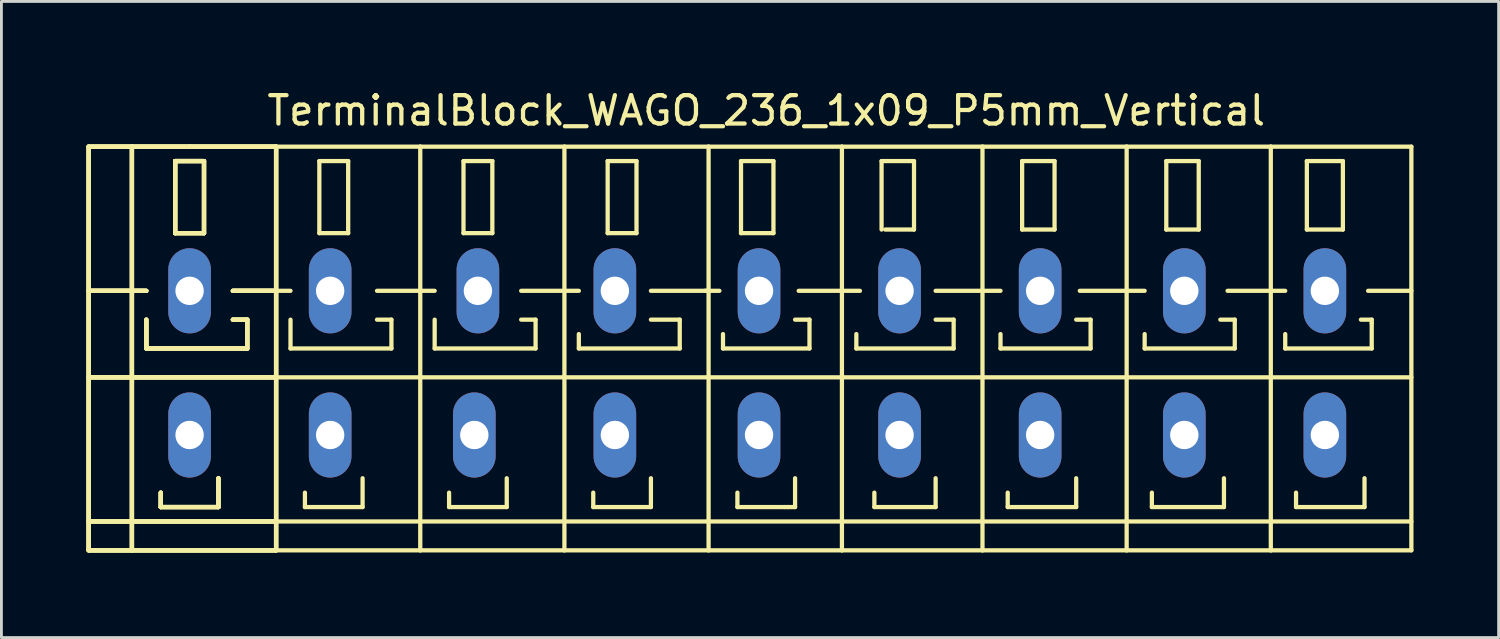
<source format=kicad_pcb>
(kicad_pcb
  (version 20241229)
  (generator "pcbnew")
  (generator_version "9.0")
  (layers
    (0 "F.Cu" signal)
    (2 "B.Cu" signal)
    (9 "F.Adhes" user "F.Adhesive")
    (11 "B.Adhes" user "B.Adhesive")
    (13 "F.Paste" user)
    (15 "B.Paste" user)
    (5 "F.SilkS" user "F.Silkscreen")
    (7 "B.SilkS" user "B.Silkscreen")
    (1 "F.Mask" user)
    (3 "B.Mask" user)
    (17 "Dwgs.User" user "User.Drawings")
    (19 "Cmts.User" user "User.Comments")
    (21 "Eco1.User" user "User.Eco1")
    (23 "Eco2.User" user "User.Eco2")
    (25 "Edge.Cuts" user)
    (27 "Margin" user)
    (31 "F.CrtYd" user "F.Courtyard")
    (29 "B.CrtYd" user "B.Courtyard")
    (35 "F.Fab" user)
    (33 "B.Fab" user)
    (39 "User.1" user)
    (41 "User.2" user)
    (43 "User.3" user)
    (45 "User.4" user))
  (footprint "TerminalBlock_WAGO_236_1x09_P5mm_Vertical"
    (layer "F.Cu")
    (at 23.951 9.738)
    (property "Reference" "TerminalBlock_WAGO_236_1x09_P5mm_Vertical" (at 0 -8.89 0) (layer "F.SilkS") (effects (font (size 1 1) (thickness 0.15))))
    (attr through_hole)
    (fp_line (start -23.876 -7.62) (end -22.352 -7.62) (stroke (width 0.15) (type solid)) (layer "F.SilkS"))
    (fp_line (start -23.876 -7.62) (end -22.352 -7.62) (stroke (width 0.15) (type solid)) (layer "F.SilkS"))
    (fp_line (start -23.876 -7.62) (end -22.352 -7.62) (stroke (width 0.15) (type solid)) (layer "F.SilkS"))
    (fp_line (start -23.876 -7.62) (end -22.352 -7.62) (stroke (width 0.15) (type solid)) (layer "F.SilkS"))
    (fp_line (start -23.876 -2.54) (end -21.844 -2.54) (stroke (width 0.15) (type solid)) (layer "F.SilkS"))
    (fp_line (start -23.876 -2.54) (end -21.844 -2.54) (stroke (width 0.15) (type solid)) (layer "F.SilkS"))
    (fp_line (start -23.876 -2.54) (end -21.844 -2.54) (stroke (width 0.15) (type solid)) (layer "F.SilkS"))
    (fp_line (start -23.876 -2.54) (end -21.844 -2.54) (stroke (width 0.15) (type solid)) (layer "F.SilkS"))
    (fp_line (start -23.876 0.508) (end -17.272 0.508) (stroke (width 0.15) (type solid)) (layer "F.SilkS"))
    (fp_line (start -23.876 0.508) (end -17.272 0.508) (stroke (width 0.15) (type solid)) (layer "F.SilkS"))
    (fp_line (start -23.876 0.508) (end -17.272 0.508) (stroke (width 0.15) (type solid)) (layer "F.SilkS"))
    (fp_line (start -23.876 0.508) (end -17.272 0.508) (stroke (width 0.15) (type solid)) (layer "F.SilkS"))
    (fp_line (start -23.876 5.588) (end -17.272 5.588) (stroke (width 0.15) (type solid)) (layer "F.SilkS"))
    (fp_line (start -23.876 5.588) (end -17.272 5.588) (stroke (width 0.15) (type solid)) (layer "F.SilkS"))
    (fp_line (start -23.876 5.588) (end -17.272 5.588) (stroke (width 0.15) (type solid)) (layer "F.SilkS"))
    (fp_line (start -23.876 5.588) (end -17.272 5.588) (stroke (width 0.15) (type solid)) (layer "F.SilkS"))
    (fp_line (start -23.876 6.604) (end -23.876 -7.62) (stroke (width 0.15) (type solid)) (layer "F.SilkS"))
    (fp_line (start -23.876 6.604) (end -23.876 -7.62) (stroke (width 0.15) (type solid)) (layer "F.SilkS"))
    (fp_line (start -23.876 6.604) (end -23.876 -7.62) (stroke (width 0.15) (type solid)) (layer "F.SilkS"))
    (fp_line (start -23.876 6.604) (end -23.876 -7.62) (stroke (width 0.15) (type solid)) (layer "F.SilkS"))
    (fp_line (start -22.352 -7.62) (end -20.32 -7.62) (stroke (width 0.15) (type solid)) (layer "F.SilkS"))
    (fp_line (start -22.352 -7.62) (end -20.32 -7.62) (stroke (width 0.15) (type solid)) (layer "F.SilkS"))
    (fp_line (start -22.352 -7.62) (end -20.32 -7.62) (stroke (width 0.15) (type solid)) (layer "F.SilkS"))
    (fp_line (start -22.352 -7.62) (end -20.32 -7.62) (stroke (width 0.15) (type solid)) (layer "F.SilkS"))
    (fp_line (start -22.352 6.604) (end -23.876 6.604) (stroke (width 0.15) (type solid)) (layer "F.SilkS"))
    (fp_line (start -22.352 6.604) (end -23.876 6.604) (stroke (width 0.15) (type solid)) (layer "F.SilkS"))
    (fp_line (start -22.352 6.604) (end -23.876 6.604) (stroke (width 0.15) (type solid)) (layer "F.SilkS"))
    (fp_line (start -22.352 6.604) (end -23.876 6.604) (stroke (width 0.15) (type solid)) (layer "F.SilkS"))
    (fp_line (start -22.352 6.604) (end -22.352 -7.62) (stroke (width 0.15) (type solid)) (layer "F.SilkS"))
    (fp_line (start -22.352 6.604) (end -22.352 -7.62) (stroke (width 0.15) (type solid)) (layer "F.SilkS"))
    (fp_line (start -22.352 6.604) (end -22.352 -7.62) (stroke (width 0.15) (type solid)) (layer "F.SilkS"))
    (fp_line (start -22.352 6.604) (end -22.352 -7.62) (stroke (width 0.15) (type solid)) (layer "F.SilkS"))
    (fp_line (start -21.844 -1.524) (end -21.844 -0.508) (stroke (width 0.15) (type solid)) (layer "F.SilkS"))
    (fp_line (start -21.844 -1.524) (end -21.844 -0.508) (stroke (width 0.15) (type solid)) (layer "F.SilkS"))
    (fp_line (start -21.844 -1.524) (end -21.844 -0.508) (stroke (width 0.15) (type solid)) (layer "F.SilkS"))
    (fp_line (start -21.844 -1.524) (end -21.844 -0.508) (stroke (width 0.15) (type solid)) (layer "F.SilkS"))
    (fp_line (start -21.844 -0.508) (end -18.288 -0.508) (stroke (width 0.15) (type solid)) (layer "F.SilkS"))
    (fp_line (start -21.844 -0.508) (end -18.288 -0.508) (stroke (width 0.15) (type solid)) (layer "F.SilkS"))
    (fp_line (start -21.844 -0.508) (end -18.288 -0.508) (stroke (width 0.15) (type solid)) (layer "F.SilkS"))
    (fp_line (start -21.844 -0.508) (end -18.288 -0.508) (stroke (width 0.15) (type solid)) (layer "F.SilkS"))
    (fp_line (start -21.336 4.572) (end -21.336 5.08) (stroke (width 0.15) (type solid)) (layer "F.SilkS"))
    (fp_line (start -21.336 4.572) (end -21.336 5.08) (stroke (width 0.15) (type solid)) (layer "F.SilkS"))
    (fp_line (start -21.336 4.572) (end -21.336 5.08) (stroke (width 0.15) (type solid)) (layer "F.SilkS"))
    (fp_line (start -21.336 4.572) (end -21.336 5.08) (stroke (width 0.15) (type solid)) (layer "F.SilkS"))
    (fp_line (start -21.336 5.08) (end -19.304 5.08) (stroke (width 0.15) (type solid)) (layer "F.SilkS"))
    (fp_line (start -21.336 5.08) (end -19.304 5.08) (stroke (width 0.15) (type solid)) (layer "F.SilkS"))
    (fp_line (start -21.336 5.08) (end -19.304 5.08) (stroke (width 0.15) (type solid)) (layer "F.SilkS"))
    (fp_line (start -21.336 5.08) (end -19.304 5.08) (stroke (width 0.15) (type solid)) (layer "F.SilkS"))
    (fp_line (start -20.828 -7.112) (end -19.812 -7.112) (stroke (width 0.15) (type solid)) (layer "F.SilkS"))
    (fp_line (start -20.828 -7.112) (end -19.812 -7.112) (stroke (width 0.15) (type solid)) (layer "F.SilkS"))
    (fp_line (start -20.828 -7.112) (end -19.812 -7.112) (stroke (width 0.15) (type solid)) (layer "F.SilkS"))
    (fp_line (start -20.828 -7.112) (end -19.812 -7.112) (stroke (width 0.15) (type solid)) (layer "F.SilkS"))
    (fp_line (start -20.828 -4.572) (end -20.828 -7.112) (stroke (width 0.15) (type solid)) (layer "F.SilkS"))
    (fp_line (start -20.828 -4.572) (end -20.828 -7.112) (stroke (width 0.15) (type solid)) (layer "F.SilkS"))
    (fp_line (start -20.828 -4.572) (end -20.828 -7.112) (stroke (width 0.15) (type solid)) (layer "F.SilkS"))
    (fp_line (start -20.828 -4.572) (end -20.828 -7.112) (stroke (width 0.15) (type solid)) (layer "F.SilkS"))
    (fp_line (start -20.32 -7.62) (end -17.272 -7.62) (stroke (width 0.15) (type solid)) (layer "F.SilkS"))
    (fp_line (start -20.32 -7.62) (end -17.272 -7.62) (stroke (width 0.15) (type solid)) (layer "F.SilkS"))
    (fp_line (start -20.32 -7.62) (end -17.272 -7.62) (stroke (width 0.15) (type solid)) (layer "F.SilkS"))
    (fp_line (start -20.32 -7.62) (end -17.272 -7.62) (stroke (width 0.15) (type solid)) (layer "F.SilkS"))
    (fp_line (start -19.812 -7.112) (end -19.812 -4.572) (stroke (width 0.15) (type solid)) (layer "F.SilkS"))
    (fp_line (start -19.812 -7.112) (end -19.812 -4.572) (stroke (width 0.15) (type solid)) (layer "F.SilkS"))
    (fp_line (start -19.812 -7.112) (end -19.812 -4.572) (stroke (width 0.15) (type solid)) (layer "F.SilkS"))
    (fp_line (start -19.812 -7.112) (end -19.812 -4.572) (stroke (width 0.15) (type solid)) (layer "F.SilkS"))
    (fp_line (start -19.812 -4.572) (end -20.828 -4.572) (stroke (width 0.15) (type solid)) (layer "F.SilkS"))
    (fp_line (start -19.812 -4.572) (end -20.828 -4.572) (stroke (width 0.15) (type solid)) (layer "F.SilkS"))
    (fp_line (start -19.812 -4.572) (end -20.828 -4.572) (stroke (width 0.15) (type solid)) (layer "F.SilkS"))
    (fp_line (start -19.812 -4.572) (end -20.828 -4.572) (stroke (width 0.15) (type solid)) (layer "F.SilkS"))
    (fp_line (start -19.304 5.08) (end -19.304 4.064) (stroke (width 0.15) (type solid)) (layer "F.SilkS"))
    (fp_line (start -19.304 5.08) (end -19.304 4.064) (stroke (width 0.15) (type solid)) (layer "F.SilkS"))
    (fp_line (start -19.304 5.08) (end -19.304 4.064) (stroke (width 0.15) (type solid)) (layer "F.SilkS"))
    (fp_line (start -19.304 5.08) (end -19.304 4.064) (stroke (width 0.15) (type solid)) (layer "F.SilkS"))
    (fp_line (start -18.796 -2.54) (end -17.272 -2.54) (stroke (width 0.15) (type solid)) (layer "F.SilkS"))
    (fp_line (start -18.796 -2.54) (end -17.272 -2.54) (stroke (width 0.15) (type solid)) (layer "F.SilkS"))
    (fp_line (start -18.796 -2.54) (end -17.272 -2.54) (stroke (width 0.15) (type solid)) (layer "F.SilkS"))
    (fp_line (start -18.796 -2.54) (end -17.272 -2.54) (stroke (width 0.15) (type solid)) (layer "F.SilkS"))
    (fp_line (start -18.288 -1.524) (end -18.796 -1.524) (stroke (width 0.15) (type solid)) (layer "F.SilkS"))
    (fp_line (start -18.288 -1.524) (end -18.796 -1.524) (stroke (width 0.15) (type solid)) (layer "F.SilkS"))
    (fp_line (start -18.288 -1.524) (end -18.796 -1.524) (stroke (width 0.15) (type solid)) (layer "F.SilkS"))
    (fp_line (start -18.288 -1.524) (end -18.796 -1.524) (stroke (width 0.15) (type solid)) (layer "F.SilkS"))
    (fp_line (start -18.288 -0.508) (end -18.288 -1.524) (stroke (width 0.15) (type solid)) (layer "F.SilkS"))
    (fp_line (start -18.288 -0.508) (end -18.288 -1.524) (stroke (width 0.15) (type solid)) (layer "F.SilkS"))
    (fp_line (start -18.288 -0.508) (end -18.288 -1.524) (stroke (width 0.15) (type solid)) (layer "F.SilkS"))
    (fp_line (start -18.288 -0.508) (end -18.288 -1.524) (stroke (width 0.15) (type solid)) (layer "F.SilkS"))
    (fp_line (start -17.272 -7.62) (end -17.272 6.604) (stroke (width 0.15) (type solid)) (layer "F.SilkS"))
    (fp_line (start -17.272 -7.62) (end -17.272 6.604) (stroke (width 0.15) (type solid)) (layer "F.SilkS"))
    (fp_line (start -17.272 -7.62) (end -17.272 6.604) (stroke (width 0.15) (type solid)) (layer "F.SilkS"))
    (fp_line (start -17.272 -7.62) (end -17.272 6.604) (stroke (width 0.15) (type solid)) (layer "F.SilkS"))
    (fp_line (start -17.272 -2.54) (end -16.764 -2.54) (stroke (width 0.15) (type solid)) (layer "F.SilkS"))
    (fp_line (start -17.272 0.508) (end -12.192 0.508) (stroke (width 0.15) (type solid)) (layer "F.SilkS"))
    (fp_line (start -17.272 5.588) (end -12.192 5.588) (stroke (width 0.15) (type solid)) (layer "F.SilkS"))
    (fp_line (start -17.272 6.604) (end -22.352 6.604) (stroke (width 0.15) (type solid)) (layer "F.SilkS"))
    (fp_line (start -17.272 6.604) (end -22.352 6.604) (stroke (width 0.15) (type solid)) (layer "F.SilkS"))
    (fp_line (start -17.272 6.604) (end -22.352 6.604) (stroke (width 0.15) (type solid)) (layer "F.SilkS"))
    (fp_line (start -17.272 6.604) (end -22.352 6.604) (stroke (width 0.15) (type solid)) (layer "F.SilkS"))
    (fp_line (start -17.272 6.604) (end -12.192 6.604) (stroke (width 0.15) (type solid)) (layer "F.SilkS"))
    (fp_line (start -16.764 -1.524) (end -16.764 -0.508) (stroke (width 0.15) (type solid)) (layer "F.SilkS"))
    (fp_line (start -16.764 -0.508) (end -13.208 -0.508) (stroke (width 0.15) (type solid)) (layer "F.SilkS"))
    (fp_line (start -16.256 4.572) (end -16.256 5.08) (stroke (width 0.15) (type solid)) (layer "F.SilkS"))
    (fp_line (start -16.256 5.08) (end -14.224 5.08) (stroke (width 0.15) (type solid)) (layer "F.SilkS"))
    (fp_line (start -15.748 -7.112) (end -15.748 -4.572) (stroke (width 0.15) (type solid)) (layer "F.SilkS"))
    (fp_line (start -15.748 -4.572) (end -14.732 -4.572) (stroke (width 0.15) (type solid)) (layer "F.SilkS"))
    (fp_line (start -14.732 -7.112) (end -15.748 -7.112) (stroke (width 0.15) (type solid)) (layer "F.SilkS"))
    (fp_line (start -14.732 -4.572) (end -14.732 -7.112) (stroke (width 0.15) (type solid)) (layer "F.SilkS"))
    (fp_line (start -14.224 5.08) (end -14.224 4.064) (stroke (width 0.15) (type solid)) (layer "F.SilkS"))
    (fp_line (start -13.716 -2.54) (end -12.192 -2.54) (stroke (width 0.15) (type solid)) (layer "F.SilkS"))
    (fp_line (start -13.208 -1.524) (end -13.716 -1.524) (stroke (width 0.15) (type solid)) (layer "F.SilkS"))
    (fp_line (start -13.208 -0.508) (end -13.208 -1.524) (stroke (width 0.15) (type solid)) (layer "F.SilkS"))
    (fp_line (start -12.192 -7.62) (end -17.272 -7.62) (stroke (width 0.15) (type solid)) (layer "F.SilkS"))
    (fp_line (start -12.192 -2.54) (end -11.684 -2.54) (stroke (width 0.15) (type solid)) (layer "F.SilkS"))
    (fp_line (start -12.192 0.508) (end -7.112 0.508) (stroke (width 0.15) (type solid)) (layer "F.SilkS"))
    (fp_line (start -12.192 5.588) (end -7.112 5.588) (stroke (width 0.15) (type solid)) (layer "F.SilkS"))
    (fp_line (start -12.192 6.604) (end -12.192 -7.62) (stroke (width 0.15) (type solid)) (layer "F.SilkS"))
    (fp_line (start -12.192 6.604) (end -7.112 6.604) (stroke (width 0.15) (type solid)) (layer "F.SilkS"))
    (fp_line (start -11.684 -1.524) (end -11.684 -0.508) (stroke (width 0.15) (type solid)) (layer "F.SilkS"))
    (fp_line (start -11.684 -0.508) (end -8.128 -0.508) (stroke (width 0.15) (type solid)) (layer "F.SilkS"))
    (fp_line (start -11.176 4.572) (end -11.176 5.08) (stroke (width 0.15) (type solid)) (layer "F.SilkS"))
    (fp_line (start -11.176 5.08) (end -9.144 5.08) (stroke (width 0.15) (type solid)) (layer "F.SilkS"))
    (fp_line (start -10.668 -7.112) (end -10.668 -4.572) (stroke (width 0.15) (type solid)) (layer "F.SilkS"))
    (fp_line (start -10.668 -4.572) (end -9.652 -4.572) (stroke (width 0.15) (type solid)) (layer "F.SilkS"))
    (fp_line (start -9.652 -7.112) (end -10.668 -7.112) (stroke (width 0.15) (type solid)) (layer "F.SilkS"))
    (fp_line (start -9.652 -4.572) (end -9.652 -7.112) (stroke (width 0.15) (type solid)) (layer "F.SilkS"))
    (fp_line (start -9.144 5.08) (end -9.144 4.064) (stroke (width 0.15) (type solid)) (layer "F.SilkS"))
    (fp_line (start -8.636 -2.54) (end -7.112 -2.54) (stroke (width 0.15) (type solid)) (layer "F.SilkS"))
    (fp_line (start -8.128 -1.524) (end -8.636 -1.524) (stroke (width 0.15) (type solid)) (layer "F.SilkS"))
    (fp_line (start -8.128 -0.508) (end -8.128 -1.524) (stroke (width 0.15) (type solid)) (layer "F.SilkS"))
    (fp_line (start -7.112 -7.62) (end -12.192 -7.62) (stroke (width 0.15) (type solid)) (layer "F.SilkS"))
    (fp_line (start -7.112 -2.54) (end -6.604 -2.54) (stroke (width 0.15) (type solid)) (layer "F.SilkS"))
    (fp_line (start -7.112 0.508) (end -2.032 0.508) (stroke (width 0.15) (type solid)) (layer "F.SilkS"))
    (fp_line (start -7.112 5.588) (end -2.032 5.588) (stroke (width 0.15) (type solid)) (layer "F.SilkS"))
    (fp_line (start -7.112 6.604) (end -7.112 -7.62) (stroke (width 0.15) (type solid)) (layer "F.SilkS"))
    (fp_line (start -7.112 6.604) (end -2.032 6.604) (stroke (width 0.15) (type solid)) (layer "F.SilkS"))
    (fp_line (start -6.604 -1.016) (end -6.604 -0.508) (stroke (width 0.15) (type solid)) (layer "F.SilkS"))
    (fp_line (start -6.604 -0.508) (end -3.048 -0.508) (stroke (width 0.15) (type solid)) (layer "F.SilkS"))
    (fp_line (start -6.096 4.572) (end -6.096 5.08) (stroke (width 0.15) (type solid)) (layer "F.SilkS"))
    (fp_line (start -6.096 5.08) (end -4.064 5.08) (stroke (width 0.15) (type solid)) (layer "F.SilkS"))
    (fp_line (start -5.588 -7.112) (end -5.588 -4.572) (stroke (width 0.15) (type solid)) (layer "F.SilkS"))
    (fp_line (start -5.588 -4.572) (end -4.572 -4.572) (stroke (width 0.15) (type solid)) (layer "F.SilkS"))
    (fp_line (start -4.572 -7.112) (end -5.588 -7.112) (stroke (width 0.15) (type solid)) (layer "F.SilkS"))
    (fp_line (start -4.572 -4.572) (end -4.572 -7.112) (stroke (width 0.15) (type solid)) (layer "F.SilkS"))
    (fp_line (start -4.064 -2.54) (end -2.032 -2.54) (stroke (width 0.15) (type solid)) (layer "F.SilkS"))
    (fp_line (start -4.064 5.08) (end -4.064 4.064) (stroke (width 0.15) (type solid)) (layer "F.SilkS"))
    (fp_line (start -3.048 -1.524) (end -4.064 -1.524) (stroke (width 0.15) (type solid)) (layer "F.SilkS"))
    (fp_line (start -3.048 -0.508) (end -3.048 -1.524) (stroke (width 0.15) (type solid)) (layer "F.SilkS"))
    (fp_line (start -2.159 -2.54) (end -1.651 -2.54) (stroke (width 0.15) (type solid)) (layer "F.SilkS"))
    (fp_line (start -2.032 -7.62) (end -7.112 -7.62) (stroke (width 0.15) (type solid)) (layer "F.SilkS"))
    (fp_line (start -2.032 0.508) (end 2.667 0.508) (stroke (width 0.15) (type solid)) (layer "F.SilkS"))
    (fp_line (start -2.032 5.588) (end 2.667 5.588) (stroke (width 0.15) (type solid)) (layer "F.SilkS"))
    (fp_line (start -2.032 6.604) (end -2.032 -7.62) (stroke (width 0.15) (type solid)) (layer "F.SilkS"))
    (fp_line (start -2.032 6.604) (end 2.667 6.604) (stroke (width 0.15) (type solid)) (layer "F.SilkS"))
    (fp_line (start -1.524 -1.016) (end -1.524 -0.508) (stroke (width 0.15) (type solid)) (layer "F.SilkS"))
    (fp_line (start -1.524 -0.508) (end 1.524 -0.508) (stroke (width 0.15) (type solid)) (layer "F.SilkS"))
    (fp_line (start -1.016 4.572) (end -1.016 5.08) (stroke (width 0.15) (type solid)) (layer "F.SilkS"))
    (fp_line (start -1.016 5.08) (end 0.635 5.08) (stroke (width 0.15) (type solid)) (layer "F.SilkS"))
    (fp_line (start -0.889 -7.112) (end 0.254 -7.112) (stroke (width 0.15) (type solid)) (layer "F.SilkS"))
    (fp_line (start -0.889 -4.572) (end -0.889 -7.112) (stroke (width 0.15) (type solid)) (layer "F.SilkS"))
    (fp_line (start 0.254 -7.112) (end 0.254 -4.572) (stroke (width 0.15) (type solid)) (layer "F.SilkS"))
    (fp_line (start 0.254 -4.572) (end -0.889 -4.572) (stroke (width 0.15) (type solid)) (layer "F.SilkS"))
    (fp_line (start 0.635 5.08) (end 0.762 5.08) (stroke (width 0.15) (type solid)) (layer "F.SilkS"))
    (fp_line (start 0.762 5.08) (end 1.016 5.08) (stroke (width 0.15) (type solid)) (layer "F.SilkS"))
    (fp_line (start 1.016 5.08) (end 1.016 4.064) (stroke (width 0.15) (type solid)) (layer "F.SilkS"))
    (fp_line (start 1.143 -2.54) (end 2.667 -2.54) (stroke (width 0.15) (type solid)) (layer "F.SilkS"))
    (fp_line (start 1.524 -1.524) (end 1.016 -1.524) (stroke (width 0.15) (type solid)) (layer "F.SilkS"))
    (fp_line (start 1.524 -0.508) (end 1.524 -1.524) (stroke (width 0.15) (type solid)) (layer "F.SilkS"))
    (fp_line (start 2.667 -7.62) (end -2.032 -7.62) (stroke (width 0.15) (type solid)) (layer "F.SilkS"))
    (fp_line (start 2.667 -2.54) (end 3.302 -2.54) (stroke (width 0.15) (type solid)) (layer "F.SilkS"))
    (fp_line (start 2.667 0.508) (end 7.62 0.508) (stroke (width 0.15) (type solid)) (layer "F.SilkS"))
    (fp_line (start 2.667 5.588) (end 7.62 5.588) (stroke (width 0.15) (type solid)) (layer "F.SilkS"))
    (fp_line (start 2.667 6.604) (end 2.667 -7.62) (stroke (width 0.15) (type solid)) (layer "F.SilkS"))
    (fp_line (start 2.667 6.604) (end 7.62 6.604) (stroke (width 0.15) (type solid)) (layer "F.SilkS"))
    (fp_line (start 3.175 -1.016) (end 3.175 -0.508) (stroke (width 0.15) (type solid)) (layer "F.SilkS"))
    (fp_line (start 3.175 -0.508) (end 6.604 -0.508) (stroke (width 0.15) (type solid)) (layer "F.SilkS"))
    (fp_line (start 3.81 4.572) (end 3.81 5.08) (stroke (width 0.15) (type solid)) (layer "F.SilkS"))
    (fp_line (start 3.81 5.08) (end 5.969 5.08) (stroke (width 0.15) (type solid)) (layer "F.SilkS"))
    (fp_line (start 4.064 -7.112) (end 4.064 -4.699) (stroke (width 0.15) (type solid)) (layer "F.SilkS"))
    (fp_line (start 4.191 -4.699) (end 5.207 -4.699) (stroke (width 0.15) (type solid)) (layer "F.SilkS"))
    (fp_line (start 5.207 -7.112) (end 4.064 -7.112) (stroke (width 0.15) (type solid)) (layer "F.SilkS"))
    (fp_line (start 5.207 -4.699) (end 5.207 -7.112) (stroke (width 0.15) (type solid)) (layer "F.SilkS"))
    (fp_line (start 5.969 -2.54) (end 7.62 -2.54) (stroke (width 0.15) (type solid)) (layer "F.SilkS"))
    (fp_line (start 5.969 5.08) (end 5.969 4.064) (stroke (width 0.15) (type solid)) (layer "F.SilkS"))
    (fp_line (start 6.604 -1.524) (end 5.969 -1.524) (stroke (width 0.15) (type solid)) (layer "F.SilkS"))
    (fp_line (start 6.604 -0.508) (end 6.604 -1.524) (stroke (width 0.15) (type solid)) (layer "F.SilkS"))
    (fp_line (start 7.62 -7.62) (end 2.667 -7.62) (stroke (width 0.15) (type solid)) (layer "F.SilkS"))
    (fp_line (start 7.62 -2.54) (end 8.255 -2.54) (stroke (width 0.15) (type solid)) (layer "F.SilkS"))
    (fp_line (start 7.62 0.508) (end 12.7 0.508) (stroke (width 0.15) (type solid)) (layer "F.SilkS"))
    (fp_line (start 7.62 5.588) (end 12.7 5.588) (stroke (width 0.15) (type solid)) (layer "F.SilkS"))
    (fp_line (start 7.62 6.604) (end 7.62 -7.62) (stroke (width 0.15) (type solid)) (layer "F.SilkS"))
    (fp_line (start 7.62 6.604) (end 12.7 6.604) (stroke (width 0.15) (type solid)) (layer "F.SilkS"))
    (fp_line (start 8.255 -1.016) (end 8.255 -0.508) (stroke (width 0.15) (type solid)) (layer "F.SilkS"))
    (fp_line (start 8.255 -0.508) (end 11.43 -0.508) (stroke (width 0.15) (type solid)) (layer "F.SilkS"))
    (fp_line (start 8.509 4.572) (end 8.509 5.08) (stroke (width 0.15) (type solid)) (layer "F.SilkS"))
    (fp_line (start 8.509 5.08) (end 10.922 5.08) (stroke (width 0.15) (type solid)) (layer "F.SilkS"))
    (fp_line (start 9.017 -7.112) (end 9.017 -4.699) (stroke (width 0.15) (type solid)) (layer "F.SilkS"))
    (fp_line (start 9.017 -4.699) (end 10.16 -4.699) (stroke (width 0.15) (type solid)) (layer "F.SilkS"))
    (fp_line (start 10.16 -7.112) (end 9.017 -7.112) (stroke (width 0.15) (type solid)) (layer "F.SilkS"))
    (fp_line (start 10.16 -4.699) (end 10.16 -7.112) (stroke (width 0.15) (type solid)) (layer "F.SilkS"))
    (fp_line (start 10.922 5.08) (end 10.922 4.064) (stroke (width 0.15) (type solid)) (layer "F.SilkS"))
    (fp_line (start 11.049 -2.54) (end 12.7 -2.54) (stroke (width 0.15) (type solid)) (layer "F.SilkS"))
    (fp_line (start 11.43 -1.524) (end 10.922 -1.524) (stroke (width 0.15) (type solid)) (layer "F.SilkS"))
    (fp_line (start 11.43 -0.508) (end 11.43 -1.524) (stroke (width 0.15) (type solid)) (layer "F.SilkS"))
    (fp_line (start 12.7 -7.62) (end 7.62 -7.62) (stroke (width 0.15) (type solid)) (layer "F.SilkS"))
    (fp_line (start 12.7 -2.54) (end 13.335 -2.54) (stroke (width 0.15) (type solid)) (layer "F.SilkS"))
    (fp_line (start 12.7 0.508) (end 17.78 0.508) (stroke (width 0.15) (type solid)) (layer "F.SilkS"))
    (fp_line (start 12.7 5.588) (end 17.78 5.588) (stroke (width 0.15) (type solid)) (layer "F.SilkS"))
    (fp_line (start 12.7 6.604) (end 12.7 -7.62) (stroke (width 0.15) (type solid)) (layer "F.SilkS"))
    (fp_line (start 12.7 6.604) (end 17.78 6.604) (stroke (width 0.15) (type solid)) (layer "F.SilkS"))
    (fp_line (start 13.335 -1.016) (end 13.335 -0.508) (stroke (width 0.15) (type solid)) (layer "F.SilkS"))
    (fp_line (start 13.335 -0.508) (end 16.51 -0.508) (stroke (width 0.15) (type solid)) (layer "F.SilkS"))
    (fp_line (start 13.589 4.572) (end 13.589 5.08) (stroke (width 0.15) (type solid)) (layer "F.SilkS"))
    (fp_line (start 13.589 5.08) (end 16.129 5.08) (stroke (width 0.15) (type solid)) (layer "F.SilkS"))
    (fp_line (start 14.097 -7.112) (end 14.097 -4.699) (stroke (width 0.15) (type solid)) (layer "F.SilkS"))
    (fp_line (start 14.097 -4.699) (end 15.24 -4.699) (stroke (width 0.15) (type solid)) (layer "F.SilkS"))
    (fp_line (start 15.24 -7.112) (end 14.097 -7.112) (stroke (width 0.15) (type solid)) (layer "F.SilkS"))
    (fp_line (start 15.24 -4.699) (end 15.24 -7.112) (stroke (width 0.15) (type solid)) (layer "F.SilkS"))
    (fp_line (start 16.129 5.08) (end 16.129 4.064) (stroke (width 0.15) (type solid)) (layer "F.SilkS"))
    (fp_line (start 16.256 -2.54) (end 17.78 -2.54) (stroke (width 0.15) (type solid)) (layer "F.SilkS"))
    (fp_line (start 16.51 -1.524) (end 16.002 -1.524) (stroke (width 0.15) (type solid)) (layer "F.SilkS"))
    (fp_line (start 16.51 -0.508) (end 16.51 -1.524) (stroke (width 0.15) (type solid)) (layer "F.SilkS"))
    (fp_line (start 17.78 -7.62) (end 12.7 -7.62) (stroke (width 0.15) (type solid)) (layer "F.SilkS"))
    (fp_line (start 17.78 -2.54) (end 18.288 -2.54) (stroke (width 0.15) (type solid)) (layer "F.SilkS"))
    (fp_line (start 17.78 0.508) (end 22.733 0.508) (stroke (width 0.15) (type solid)) (layer "F.SilkS"))
    (fp_line (start 17.78 5.588) (end 22.733 5.588) (stroke (width 0.15) (type solid)) (layer "F.SilkS"))
    (fp_line (start 17.78 6.604) (end 17.78 -7.62) (stroke (width 0.15) (type solid)) (layer "F.SilkS"))
    (fp_line (start 17.78 6.604) (end 22.733 6.604) (stroke (width 0.15) (type solid)) (layer "F.SilkS"))
    (fp_line (start 18.288 -1.016) (end 18.288 -0.508) (stroke (width 0.15) (type solid)) (layer "F.SilkS"))
    (fp_line (start 18.288 -0.508) (end 21.336 -0.508) (stroke (width 0.15) (type solid)) (layer "F.SilkS"))
    (fp_line (start 18.669 4.572) (end 18.669 5.08) (stroke (width 0.15) (type solid)) (layer "F.SilkS"))
    (fp_line (start 18.669 5.08) (end 21.082 5.08) (stroke (width 0.15) (type solid)) (layer "F.SilkS"))
    (fp_line (start 19.05 -7.112) (end 19.05 -4.699) (stroke (width 0.15) (type solid)) (layer "F.SilkS"))
    (fp_line (start 19.05 -4.699) (end 20.32 -4.699) (stroke (width 0.15) (type solid)) (layer "F.SilkS"))
    (fp_line (start 20.32 -7.112) (end 19.05 -7.112) (stroke (width 0.15) (type solid)) (layer "F.SilkS"))
    (fp_line (start 20.32 -4.699) (end 20.32 -7.112) (stroke (width 0.15) (type solid)) (layer "F.SilkS"))
    (fp_line (start 21.082 5.08) (end 21.082 4.064) (stroke (width 0.15) (type solid)) (layer "F.SilkS"))
    (fp_line (start 21.209 -2.54) (end 22.733 -2.54) (stroke (width 0.15) (type solid)) (layer "F.SilkS"))
    (fp_line (start 21.336 -1.524) (end 20.955 -1.524) (stroke (width 0.15) (type solid)) (layer "F.SilkS"))
    (fp_line (start 21.336 -1.397) (end 21.336 -1.524) (stroke (width 0.15) (type solid)) (layer "F.SilkS"))
    (fp_line (start 21.336 -0.508) (end 21.336 -1.397) (stroke (width 0.15) (type solid)) (layer "F.SilkS"))
    (fp_line (start 22.733 -7.62) (end 17.78 -7.62) (stroke (width 0.15) (type solid)) (layer "F.SilkS"))
    (fp_line (start 22.733 6.604) (end 22.733 -7.62) (stroke (width 0.15) (type solid)) (layer "F.SilkS"))
    (pad "1" thru_hole oval (at -20.32 -2.54 90) (size 3 1.501) (drill 1.001) (layers "*.Cu" "*.Mask"))
    (pad "1" thru_hole oval (at -20.32 2.54 90) (size 3 1.501) (drill 1.001) (layers "*.Cu" "*.Mask"))
    (pad "2" thru_hole oval (at -15.367 -2.54 90) (size 3 1.501) (drill 1.001) (layers "*.Cu" "*.Mask"))
    (pad "2" thru_hole oval (at -15.367 2.54 90) (size 3 1.501) (drill 1.001) (layers "*.Cu" "*.Mask"))
    (pad "3" thru_hole oval (at -10.287 2.54 90) (size 3 1.501) (drill 1.001) (layers "*.Cu" "*.Mask"))
    (pad "3" thru_hole oval (at -10.16 -2.54 90) (size 3 1.501) (drill 1.001) (layers "*.Cu" "*.Mask"))
    (pad "4" thru_hole oval (at -5.334 -2.54 90) (size 3 1.501) (drill 1.001) (layers "*.Cu" "*.Mask"))
    (pad "4" thru_hole oval (at -5.334 2.54 90) (size 3 1.501) (drill 1.001) (layers "*.Cu" "*.Mask"))
    (pad "5" thru_hole oval (at -0.254 -2.54 90) (size 3 1.501) (drill 1.001) (layers "*.Cu" "*.Mask"))
    (pad "5" thru_hole oval (at -0.254 2.54 90) (size 3 1.501) (drill 1.001) (layers "*.Cu" "*.Mask"))
    (pad "6" thru_hole oval (at 4.699 -2.54 90) (size 3 1.501) (drill 1.001) (layers "*.Cu" "*.Mask"))
    (pad "6" thru_hole oval (at 4.699 2.54 90) (size 3 1.501) (drill 1.001) (layers "*.Cu" "*.Mask"))
    (pad "7" thru_hole oval (at 9.652 -2.54 90) (size 3 1.501) (drill 1.001) (layers "*.Cu" "*.Mask"))
    (pad "7" thru_hole oval (at 9.652 2.54 90) (size 3 1.501) (drill 1.001) (layers "*.Cu" "*.Mask"))
    (pad "8" thru_hole oval (at 14.732 -2.54 90) (size 3 1.501) (drill 1.001) (layers "*.Cu" "*.Mask"))
    (pad "8" thru_hole oval (at 14.732 2.54 90) (size 3 1.501) (drill 1.001) (layers "*.Cu" "*.Mask"))
    (pad "9" thru_hole oval (at 19.685 -2.54 90) (size 3 1.501) (drill 1.001) (layers "*.Cu" "*.Mask"))
    (pad "9" thru_hole oval (at 19.685 2.54 90) (size 3 1.501) (drill 1.001) (layers "*.Cu" "*.Mask")))
  (gr_rect
    (start -3 -3)
    (end 49.759 19.417)
    (stroke (width 0.1) (type default))
    (fill no)
    (layer "Edge.Cuts")))
</source>
